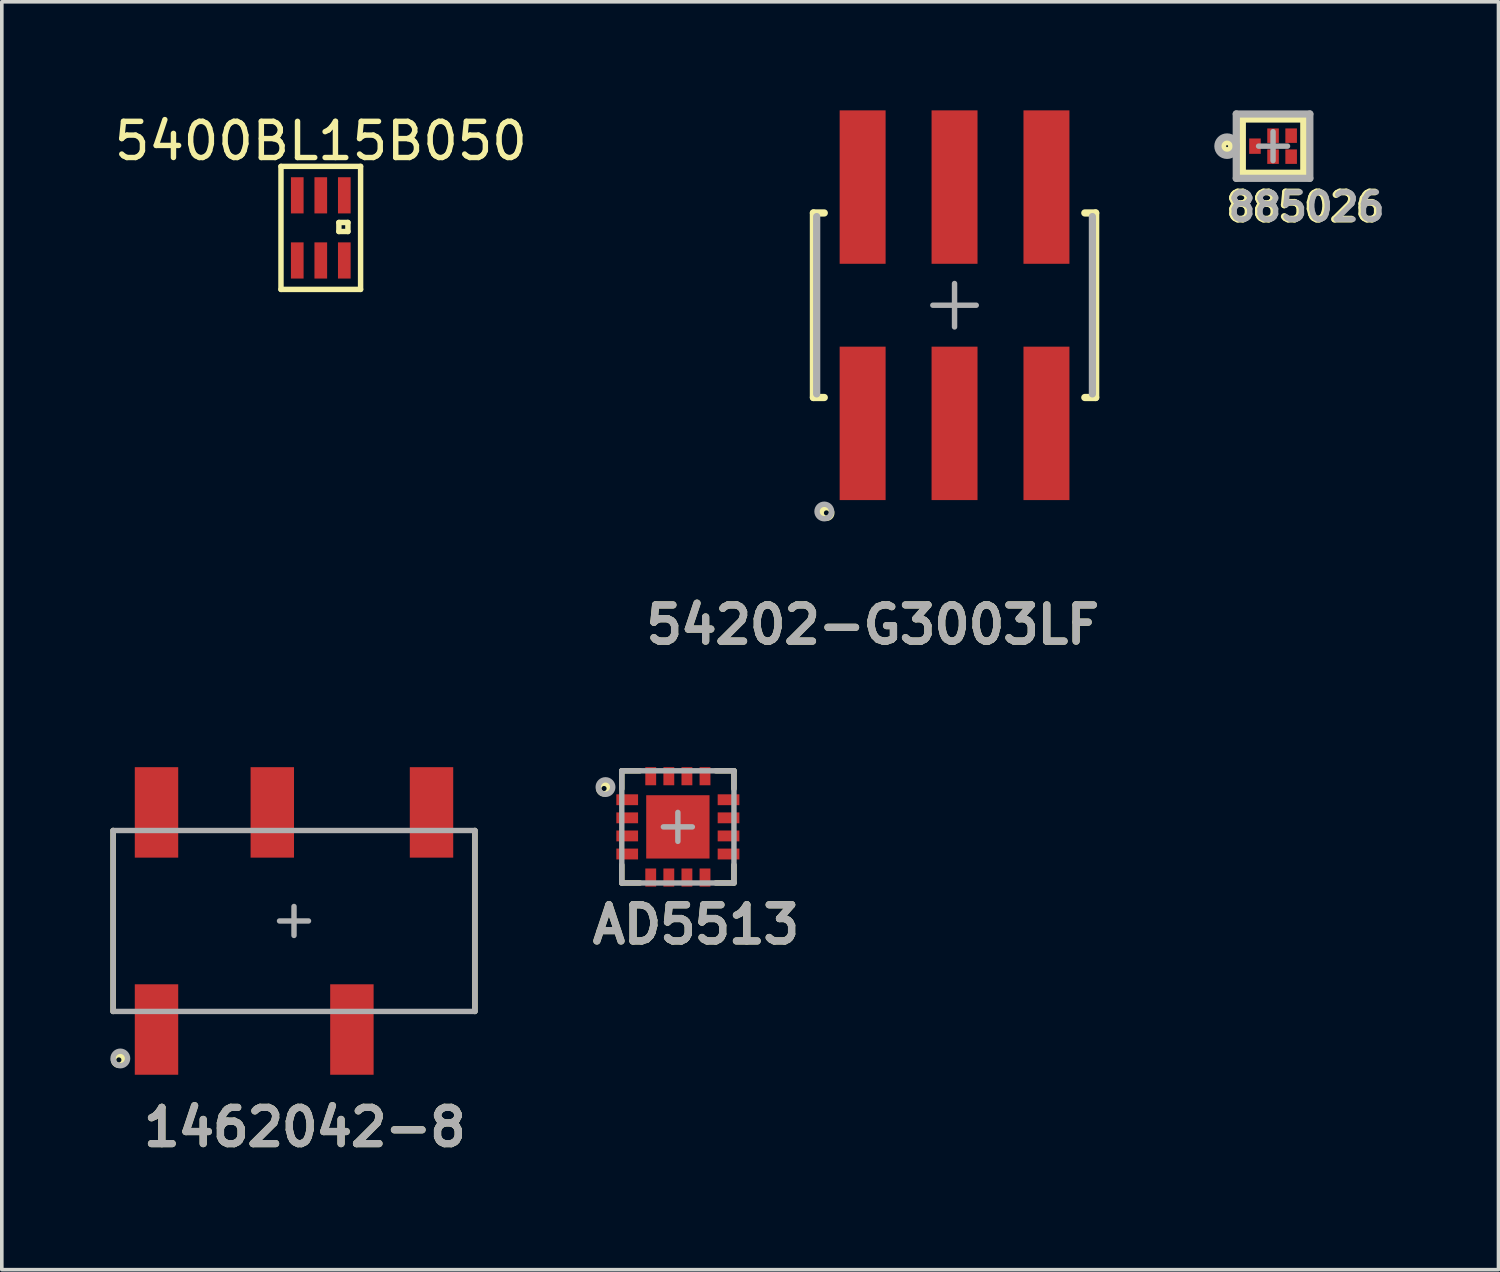
<source format=kicad_pcb>
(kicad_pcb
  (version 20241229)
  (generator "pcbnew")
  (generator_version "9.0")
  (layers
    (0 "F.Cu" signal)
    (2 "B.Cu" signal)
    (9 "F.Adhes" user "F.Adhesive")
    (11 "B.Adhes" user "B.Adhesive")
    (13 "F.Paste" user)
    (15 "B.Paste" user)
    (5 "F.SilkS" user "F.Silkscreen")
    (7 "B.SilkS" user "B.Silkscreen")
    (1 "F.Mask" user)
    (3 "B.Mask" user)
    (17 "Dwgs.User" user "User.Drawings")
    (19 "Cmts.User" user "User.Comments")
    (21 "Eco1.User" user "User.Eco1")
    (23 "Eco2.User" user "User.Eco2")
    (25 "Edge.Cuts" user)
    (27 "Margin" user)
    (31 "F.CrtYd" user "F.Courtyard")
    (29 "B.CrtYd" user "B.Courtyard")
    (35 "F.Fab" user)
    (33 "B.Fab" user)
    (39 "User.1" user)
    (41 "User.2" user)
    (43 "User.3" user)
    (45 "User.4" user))
  (footprint "54202-G3003LF"
    (layer "F.Cu")
    (at 23.329 5.385)
    (property "Reference" "54202-G3003LF" (at -2.26 8.83 0) (layer "F.SilkS") (effects (font (size 1 1) (thickness 0.2))))
    (attr through_hole)
    (fp_line (start -3.9 -2.55) (end -3.6 -2.55) (stroke (width 0.2) (type solid)) (layer "F.SilkS"))
    (fp_line (start -3.9 2.55) (end -3.9 -2.55) (stroke (width 0.2) (type solid)) (layer "F.SilkS"))
    (fp_line (start -3.9 2.55) (end -3.6 2.55) (stroke (width 0.2) (type solid)) (layer "F.SilkS"))
    (fp_line (start 3.6 2.55) (end 3.9 2.55) (stroke (width 0.2) (type solid)) (layer "F.SilkS"))
    (fp_line (start 3.9 -2.55) (end 3.6 -2.55) (stroke (width 0.2) (type solid)) (layer "F.SilkS"))
    (fp_line (start 3.9 2.55) (end 3.9 -2.55) (stroke (width 0.2) (type solid)) (layer "F.SilkS"))
    (fp_circle (center -3.54 5.74) (end -3.433 5.84) (stroke (width 0.152) (type solid)) (fill no) (layer "F.SilkS"))
    (fp_line (start -3.81 2.45) (end -3.81 -2.45) (stroke (width 0.2) (type solid)) (layer "F.Fab"))
    (fp_line (start -0.6 0) (end 0.6 0) (stroke (width 0.15) (type solid)) (layer "F.Fab"))
    (fp_line (start 0 -0.6) (end 0 0.6) (stroke (width 0.15) (type solid)) (layer "F.Fab"))
    (fp_line (start 3.81 -2.45) (end 3.81 2.45) (stroke (width 0.2) (type solid)) (layer "F.Fab"))
    (fp_circle (center -3.6 5.7) (end -3.4 5.7) (stroke (width 0.15) (type solid)) (fill no) (layer "F.Fab"))
    (fp_text user "${REFERENCE}" (at -2.26 8.83 0) (layer "F.Fab") (effects (font (size 1 1) (thickness 0.2))))
    (pad "1" smd rect (at -2.54 3.265) (size 1.27 4.24) (layers "F.Cu" "F.Mask" "F.Paste"))
    (pad "2" smd rect (at -2.54 -3.265) (size 1.27 4.24) (layers "F.Cu" "F.Mask" "F.Paste"))
    (pad "3" smd rect (at 0 3.265) (size 1.27 4.24) (layers "F.Cu" "F.Mask" "F.Paste"))
    (pad "4" smd rect (at 0 -3.265) (size 1.27 4.24) (layers "F.Cu" "F.Mask" "F.Paste"))
    (pad "5" smd rect (at 2.54 3.265) (size 1.27 4.24) (layers "F.Cu" "F.Mask" "F.Paste"))
    (pad "6" smd rect (at 2.54 -3.265) (size 1.27 4.24) (layers "F.Cu" "F.Mask" "F.Paste")))
  (footprint "885026"
    (layer "F.Cu")
    (at 32.131 0.989)
    (property "Reference" "885026" (at 0.881 1.679 0) (layer "F.SilkS") (effects (font (size 0.75 0.75) (thickness 0.188))))
    (attr through_hole)
    (fp_line (start -0.85 -0.75) (end -0.85 0.75) (stroke (width 0.2) (type solid)) (layer "F.SilkS"))
    (fp_line (start -0.85 -0.75) (end 0.85 -0.75) (stroke (width 0.2) (type solid)) (layer "F.SilkS"))
    (fp_line (start -0.85 0.75) (end 0.85 0.75) (stroke (width 0.2) (type solid)) (layer "F.SilkS"))
    (fp_line (start 0.85 -0.75) (end 0.85 0.75) (stroke (width 0.2) (type solid)) (layer "F.SilkS"))
    (fp_circle (center -1.27 0) (end -1.143 0) (stroke (width 0.2) (type solid)) (fill no) (layer "F.SilkS"))
    (fp_line (start -1.016 -0.889) (end -1.016 0.889) (stroke (width 0.2) (type solid)) (layer "F.Fab"))
    (fp_line (start -1.016 0.889) (end 1.016 0.889) (stroke (width 0.2) (type solid)) (layer "F.Fab"))
    (fp_line (start -0.4 0) (end 0.4 0) (stroke (width 0.15) (type solid)) (layer "F.Fab"))
    (fp_line (start 0 -0.4) (end 0 0.4) (stroke (width 0.15) (type solid)) (layer "F.Fab"))
    (fp_line (start 1.016 -0.889) (end -1.016 -0.889) (stroke (width 0.2) (type solid)) (layer "F.Fab"))
    (fp_line (start 1.016 0.889) (end 1.016 -0.889) (stroke (width 0.2) (type solid)) (layer "F.Fab"))
    (fp_circle (center -1.27 0) (end -1.524 0) (stroke (width 0.2) (type solid)) (fill no) (layer "F.Fab"))
    (fp_text user "${REFERENCE}" (at 0.927 1.679 0) (layer "F.Fab") (effects (font (size 0.75 0.75) (thickness 0.15))))
    (pad "1" smd rect (at -0.5 0) (size 0.32 0.425) (layers "F.Cu" "F.Mask" "F.Paste"))
    (pad "2" smd rect (at 0 0.29) (size 0.32 0.4) (layers "F.Cu" "F.Mask" "F.Paste"))
    (pad "3" smd rect (at 0.5 0.29) (size 0.32 0.4) (layers "F.Cu" "F.Mask" "F.Paste"))
    (pad "4" smd rect (at 0.5 -0.29) (size 0.32 0.4) (layers "F.Cu" "F.Mask" "F.Paste"))
    (pad "5" smd rect (at 0 -0.29) (size 0.32 0.4) (layers "F.Cu" "F.Mask" "F.Paste")))
  (footprint "1462042-8"
    (layer "F.Cu")
    (at 5.075 22.401)
    (property "Reference" "1462042-8" (at 0.3 5.7 0) (layer "F.SilkS") (effects (font (size 1 1) (thickness 0.2))))
    (attr through_hole)
    (fp_line (start -5 2.5) (end -5 -2.5) (stroke (width 0.15) (type solid)) (layer "F.SilkS"))
    (fp_line (start 5 2.5) (end 5 -2.5) (stroke (width 0.15) (type solid)) (layer "F.SilkS"))
    (fp_circle (center -4.84 3.84) (end -4.733 3.94) (stroke (width 0.152) (type solid)) (fill no) (layer "F.SilkS"))
    (fp_line (start -5 -2.5) (end -5 2.5) (stroke (width 0.15) (type solid)) (layer "F.Fab"))
    (fp_line (start -5 -2.5) (end 5 -2.5) (stroke (width 0.15) (type solid)) (layer "F.Fab"))
    (fp_line (start -5 2.5) (end 5 2.5) (stroke (width 0.15) (type solid)) (layer "F.Fab"))
    (fp_line (start -0.4 0) (end 0.4 0) (stroke (width 0.15) (type solid)) (layer "F.Fab"))
    (fp_line (start 0 -0.4) (end 0 0.4) (stroke (width 0.15) (type solid)) (layer "F.Fab"))
    (fp_line (start 5 -2.5) (end 5 2.5) (stroke (width 0.15) (type solid)) (layer "F.Fab"))
    (fp_circle (center -4.8 3.8) (end -4.6 3.8) (stroke (width 0.15) (type solid)) (fill no) (layer "F.Fab"))
    (fp_text user "${REFERENCE}" (at 0.3 5.7 0) (layer "F.Fab") (effects (font (size 1 1) (thickness 0.2))))
    (pad "1" smd rect (at -3.8 3) (size 1.2 2.5) (layers "F.Cu" "F.Mask" "F.Paste"))
    (pad "3" smd rect (at 1.6 3) (size 1.2 2.5) (layers "F.Cu" "F.Mask" "F.Paste"))
    (pad "5" smd rect (at 3.8 -3) (size 1.2 2.5) (layers "F.Cu" "F.Mask" "F.Paste"))
    (pad "7" smd rect (at -0.6 -3) (size 1.2 2.5) (layers "F.Cu" "F.Mask" "F.Paste"))
    (pad "8" smd rect (at -3.8 -3) (size 1.2 2.5) (layers "F.Cu" "F.Mask" "F.Paste")))
  (footprint "5400BL15B050"
    (layer "F.Cu")
    (at 5.815 3.248)
    (property "Reference" "5400BL15B050" (at 0 -2.4 0) (layer "F.SilkS") (effects (font (size 1 1) (thickness 0.15))))
    (attr through_hole)
    (fp_line (start -1.1 -1.7) (end -1.1 1.7) (stroke (width 0.15) (type solid)) (layer "F.SilkS"))
    (fp_line (start -1.1 1.7) (end 1.1 1.7) (stroke (width 0.15) (type solid)) (layer "F.SilkS"))
    (fp_line (start 0.5 -0.15) (end 0.75 -0.15) (stroke (width 0.15) (type solid)) (layer "F.SilkS"))
    (fp_line (start 0.5 0.1) (end 0.5 -0.15) (stroke (width 0.15) (type solid)) (layer "F.SilkS"))
    (fp_line (start 0.75 -0.15) (end 0.75 0.1) (stroke (width 0.15) (type solid)) (layer "F.SilkS"))
    (fp_line (start 0.75 0.1) (end 0.5 0.1) (stroke (width 0.15) (type solid)) (layer "F.SilkS"))
    (fp_line (start 1.1 -1.7) (end -1.1 -1.7) (stroke (width 0.15) (type solid)) (layer "F.SilkS"))
    (fp_line (start 1.1 1.7) (end 1.1 -1.7) (stroke (width 0.15) (type solid)) (layer "F.SilkS"))
    (pad "1" smd rect (at 0.65 -0.9) (size 0.35 1) (layers "F.Cu" "F.Mask" "F.Paste"))
    (pad "2" smd rect (at 0 -0.9) (size 0.35 1) (layers "F.Cu" "F.Mask" "F.Paste"))
    (pad "3" smd rect (at -0.65 -0.9) (size 0.35 1) (layers "F.Cu" "F.Mask" "F.Paste"))
    (pad "4" smd rect (at -0.65 0.9) (size 0.35 1) (layers "F.Cu" "F.Mask" "F.Paste"))
    (pad "5" smd rect (at 0 0.9) (size 0.35 1) (layers "F.Cu" "F.Mask" "F.Paste"))
    (pad "6" smd rect (at 0.65 0.9) (size 0.35 1) (layers "F.Cu" "F.Mask" "F.Paste")))
  (footprint "AD5513"
    (layer "F.Cu")
    (at 15.683 19.801)
    (property "Reference" "AD5513" (at 0.5 2.7 0) (layer "F.SilkS") (effects (font (size 1 1) (thickness 0.2))))
    (attr through_hole)
    (fp_line (start -1.55 -1.55) (end -1.55 -1.05) (stroke (width 0.15) (type solid)) (layer "F.SilkS"))
    (fp_line (start -1.55 1.05) (end -1.55 1.55) (stroke (width 0.15) (type solid)) (layer "F.SilkS"))
    (fp_line (start -1.05 -1.55) (end -1.55 -1.55) (stroke (width 0.15) (type solid)) (layer "F.SilkS"))
    (fp_line (start -1.05 1.55) (end -1.55 1.55) (stroke (width 0.15) (type solid)) (layer "F.SilkS"))
    (fp_line (start 1.55 -1.55) (end 1.05 -1.55) (stroke (width 0.15) (type solid)) (layer "F.SilkS"))
    (fp_line (start 1.55 -1.55) (end 1.55 -1.05) (stroke (width 0.15) (type solid)) (layer "F.SilkS"))
    (fp_line (start 1.55 1.05) (end 1.55 1.55) (stroke (width 0.15) (type solid)) (layer "F.SilkS"))
    (fp_line (start 1.55 1.55) (end 1.05 1.55) (stroke (width 0.15) (type solid)) (layer "F.SilkS"))
    (fp_circle (center -2.04 -1.06) (end -1.933 -0.96) (stroke (width 0.152) (type solid)) (fill no) (layer "F.SilkS"))
    (fp_line (start -1.55 -1.55) (end -1.55 1.55) (stroke (width 0.15) (type solid)) (layer "F.Fab"))
    (fp_line (start -0.4 0) (end 0.4 0) (stroke (width 0.15) (type solid)) (layer "F.Fab"))
    (fp_line (start 0 -0.4) (end 0 0.4) (stroke (width 0.15) (type solid)) (layer "F.Fab"))
    (fp_line (start 1.55 -1.55) (end -1.55 -1.55) (stroke (width 0.15) (type solid)) (layer "F.Fab"))
    (fp_line (start 1.55 -1.55) (end 1.55 1.55) (stroke (width 0.15) (type solid)) (layer "F.Fab"))
    (fp_line (start 1.55 1.55) (end -1.55 1.55) (stroke (width 0.15) (type solid)) (layer "F.Fab"))
    (fp_circle (center -2 -1.1) (end -1.8 -1.1) (stroke (width 0.15) (type solid)) (fill no) (layer "F.Fab"))
    (fp_text user "${REFERENCE}" (at 0.5 2.7 0) (layer "F.Fab") (effects (font (size 1 1) (thickness 0.2))))
    (pad "1" smd rect (at -1.4 -0.75) (size 0.6 0.3) (layers "F.Cu" "F.Mask" "F.Paste"))
    (pad "2" smd rect (at -1.4 -0.25) (size 0.6 0.3) (layers "F.Cu" "F.Mask" "F.Paste"))
    (pad "3" smd rect (at -1.4 0.25) (size 0.6 0.3) (layers "F.Cu" "F.Mask" "F.Paste"))
    (pad "4" smd rect (at -1.4 0.75) (size 0.6 0.3) (layers "F.Cu" "F.Mask" "F.Paste"))
    (pad "5" smd rect (at -0.75 1.4) (size 0.3 0.5) (layers "F.Cu" "F.Mask" "F.Paste"))
    (pad "6" smd rect (at -0.25 1.4) (size 0.3 0.5) (layers "F.Cu" "F.Mask" "F.Paste"))
    (pad "7" smd rect (at 0.25 1.4) (size 0.3 0.5) (layers "F.Cu" "F.Mask" "F.Paste"))
    (pad "8" smd rect (at 0.75 1.4) (size 0.3 0.5) (layers "F.Cu" "F.Mask" "F.Paste"))
    (pad "9" smd rect (at 1.4 0.75) (size 0.6 0.3) (layers "F.Cu" "F.Mask" "F.Paste"))
    (pad "10" smd rect (at 0 0) (size 1.75 1.75) (layers "F.Cu" "F.Mask" "F.Paste"))
    (pad "10" smd rect (at 1.4 0.25) (size 0.6 0.3) (layers "F.Cu" "F.Mask" "F.Paste"))
    (pad "11" smd rect (at 1.4 -0.25) (size 0.6 0.3) (layers "F.Cu" "F.Mask" "F.Paste"))
    (pad "12" smd rect (at 1.4 -0.75) (size 0.6 0.3) (layers "F.Cu" "F.Mask" "F.Paste"))
    (pad "13" smd rect (at 0.75 -1.4) (size 0.3 0.5) (layers "F.Cu" "F.Mask" "F.Paste"))
    (pad "14" smd rect (at 0.25 -1.4) (size 0.3 0.5) (layers "F.Cu" "F.Mask" "F.Paste"))
    (pad "15" smd rect (at -0.25 -1.4) (size 0.3 0.5) (layers "F.Cu" "F.Mask" "F.Paste"))
    (pad "16" smd rect (at -0.75 -1.4) (size 0.3 0.5) (layers "F.Cu" "F.Mask" "F.Paste")))
  (gr_rect
    (start -3 -3)
    (end 38.361 32.037)
    (stroke (width 0.1) (type default))
    (fill no)
    (layer "Edge.Cuts")))
</source>
